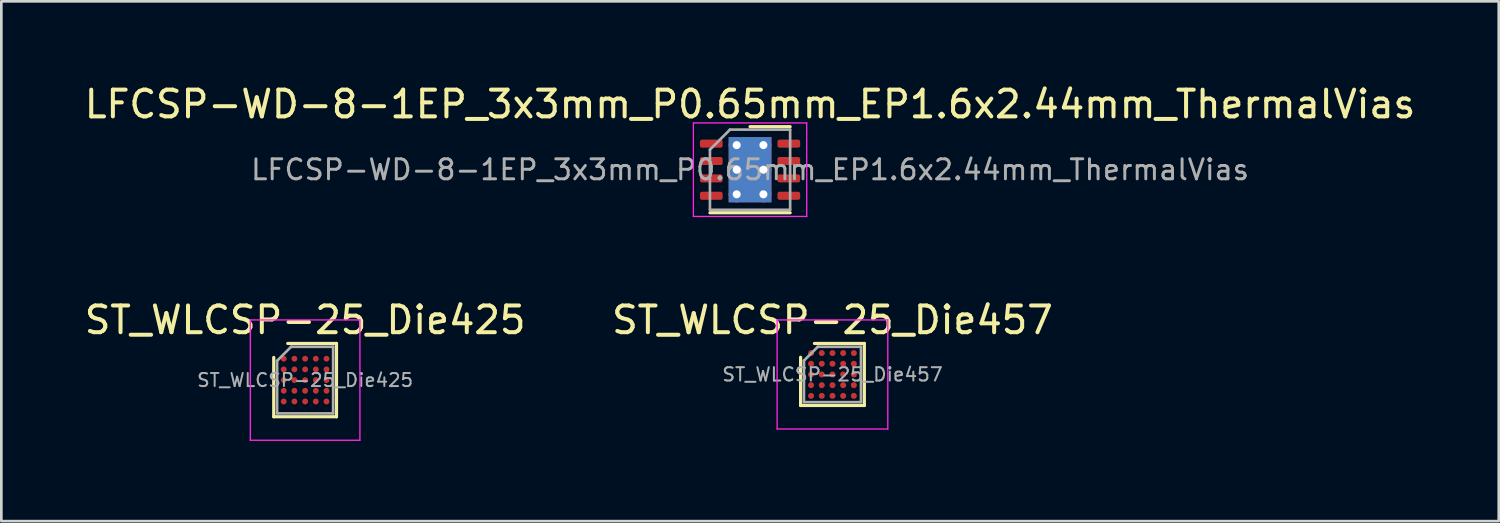
<source format=kicad_pcb>
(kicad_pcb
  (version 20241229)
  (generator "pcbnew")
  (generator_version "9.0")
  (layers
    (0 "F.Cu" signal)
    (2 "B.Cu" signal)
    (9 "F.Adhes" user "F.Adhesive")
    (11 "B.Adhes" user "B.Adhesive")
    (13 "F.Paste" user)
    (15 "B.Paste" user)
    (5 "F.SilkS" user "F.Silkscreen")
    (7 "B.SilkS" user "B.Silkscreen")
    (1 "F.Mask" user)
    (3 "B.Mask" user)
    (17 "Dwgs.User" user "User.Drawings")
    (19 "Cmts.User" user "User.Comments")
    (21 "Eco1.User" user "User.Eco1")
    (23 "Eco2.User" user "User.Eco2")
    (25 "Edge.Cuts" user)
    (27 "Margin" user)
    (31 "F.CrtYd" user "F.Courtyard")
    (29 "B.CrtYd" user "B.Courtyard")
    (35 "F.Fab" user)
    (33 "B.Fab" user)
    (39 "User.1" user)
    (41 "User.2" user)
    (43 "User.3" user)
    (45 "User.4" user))
  (footprint "ST_WLCSP-25_Die425"
    (layer "F.Cu")
    (at 8.363 11.168)
    (property "Reference" "ST_WLCSP-25_Die425" (at 0 -2.247 0) (layer "F.SilkS") (effects (font (size 1 1) (thickness 0.15))))
    (attr smd)
    (fp_line (start -1.173 1.371) (end -1.173 -0.847) (stroke (width 0.12) (type solid)) (layer "F.SilkS"))
    (fp_line (start -0.649 -1.371) (end 1.173 -1.371) (stroke (width 0.12) (type solid)) (layer "F.SilkS"))
    (fp_line (start 1.173 -1.371) (end 1.173 1.371) (stroke (width 0.12) (type solid)) (layer "F.SilkS"))
    (fp_line (start 1.173 1.371) (end -1.173 1.371) (stroke (width 0.12) (type solid)) (layer "F.SilkS"))
    (fp_line (start -2.05 -2.25) (end -2.05 2.25) (stroke (width 0.05) (type solid)) (layer "F.CrtYd"))
    (fp_line (start -2.05 2.25) (end 2.05 2.25) (stroke (width 0.05) (type solid)) (layer "F.CrtYd"))
    (fp_line (start 2.05 -2.25) (end -2.05 -2.25) (stroke (width 0.05) (type solid)) (layer "F.CrtYd"))
    (fp_line (start 2.05 2.25) (end 2.05 -2.25) (stroke (width 0.05) (type solid)) (layer "F.CrtYd"))
    (fp_line (start -1.048 -0.722) (end -0.524 -1.246) (stroke (width 0.1) (type solid)) (layer "F.Fab"))
    (fp_line (start -1.048 1.246) (end -1.048 -0.722) (stroke (width 0.1) (type solid)) (layer "F.Fab"))
    (fp_line (start -0.524 -1.246) (end 1.048 -1.246) (stroke (width 0.1) (type solid)) (layer "F.Fab"))
    (fp_line (start 1.048 -1.246) (end 1.048 1.246) (stroke (width 0.1) (type solid)) (layer "F.Fab"))
    (fp_line (start 1.048 1.246) (end -1.048 1.246) (stroke (width 0.1) (type solid)) (layer "F.Fab"))
    (fp_text user "${REFERENCE}" (at 0 0 0) (layer "F.Fab") (effects (font (size 0.49 0.49) (thickness 0.073))))
    (pad "A1" smd circle (at -0.8 -0.8) (size 0.22 0.22) (layers "F.Cu" "F.Mask" "F.Paste"))
    (pad "A2" smd circle (at -0.4 -0.8) (size 0.22 0.22) (layers "F.Cu" "F.Mask" "F.Paste"))
    (pad "A3" smd circle (at 0 -0.8) (size 0.22 0.22) (layers "F.Cu" "F.Mask" "F.Paste"))
    (pad "A4" smd circle (at 0.4 -0.8) (size 0.22 0.22) (layers "F.Cu" "F.Mask" "F.Paste"))
    (pad "A5" smd circle (at 0.8 -0.8) (size 0.22 0.22) (layers "F.Cu" "F.Mask" "F.Paste"))
    (pad "B1" smd circle (at -0.8 -0.4) (size 0.22 0.22) (layers "F.Cu" "F.Mask" "F.Paste"))
    (pad "B2" smd circle (at -0.4 -0.4) (size 0.22 0.22) (layers "F.Cu" "F.Mask" "F.Paste"))
    (pad "B3" smd circle (at 0 -0.4) (size 0.22 0.22) (layers "F.Cu" "F.Mask" "F.Paste"))
    (pad "B4" smd circle (at 0.4 -0.4) (size 0.22 0.22) (layers "F.Cu" "F.Mask" "F.Paste"))
    (pad "B5" smd circle (at 0.8 -0.4) (size 0.22 0.22) (layers "F.Cu" "F.Mask" "F.Paste"))
    (pad "C1" smd circle (at -0.8 0) (size 0.22 0.22) (layers "F.Cu" "F.Mask" "F.Paste"))
    (pad "C2" smd circle (at -0.4 0) (size 0.22 0.22) (layers "F.Cu" "F.Mask" "F.Paste"))
    (pad "C3" smd circle (at 0 0) (size 0.22 0.22) (layers "F.Cu" "F.Mask" "F.Paste"))
    (pad "C4" smd circle (at 0.4 0) (size 0.22 0.22) (layers "F.Cu" "F.Mask" "F.Paste"))
    (pad "C5" smd circle (at 0.8 0) (size 0.22 0.22) (layers "F.Cu" "F.Mask" "F.Paste"))
    (pad "D1" smd circle (at -0.8 0.4) (size 0.22 0.22) (layers "F.Cu" "F.Mask" "F.Paste"))
    (pad "D2" smd circle (at -0.4 0.4) (size 0.22 0.22) (layers "F.Cu" "F.Mask" "F.Paste"))
    (pad "D3" smd circle (at 0 0.4) (size 0.22 0.22) (layers "F.Cu" "F.Mask" "F.Paste"))
    (pad "D4" smd circle (at 0.4 0.4) (size 0.22 0.22) (layers "F.Cu" "F.Mask" "F.Paste"))
    (pad "D5" smd circle (at 0.8 0.4) (size 0.22 0.22) (layers "F.Cu" "F.Mask" "F.Paste"))
    (pad "E1" smd circle (at -0.8 0.8) (size 0.22 0.22) (layers "F.Cu" "F.Mask" "F.Paste"))
    (pad "E2" smd circle (at -0.4 0.8) (size 0.22 0.22) (layers "F.Cu" "F.Mask" "F.Paste"))
    (pad "E3" smd circle (at 0 0.8) (size 0.22 0.22) (layers "F.Cu" "F.Mask" "F.Paste"))
    (pad "E4" smd circle (at 0.4 0.8) (size 0.22 0.22) (layers "F.Cu" "F.Mask" "F.Paste"))
    (pad "E5" smd circle (at 0.8 0.8) (size 0.22 0.22) (layers "F.Cu" "F.Mask" "F.Paste")))
  (footprint "ST_WLCSP-25_Die457"
    (layer "F.Cu")
    (at 28.089 10.957)
    (property "Reference" "ST_WLCSP-25_Die457" (at 0 -2.035 0) (layer "F.SilkS") (effects (font (size 1 1) (thickness 0.15))))
    (attr smd)
    (fp_line (start -1.192 1.16) (end -1.192 -0.642) (stroke (width 0.12) (type solid)) (layer "F.SilkS"))
    (fp_line (start -0.674 -1.16) (end 1.192 -1.16) (stroke (width 0.12) (type solid)) (layer "F.SilkS"))
    (fp_line (start 1.192 -1.16) (end 1.192 1.16) (stroke (width 0.12) (type solid)) (layer "F.SilkS"))
    (fp_line (start 1.192 1.16) (end -1.192 1.16) (stroke (width 0.12) (type solid)) (layer "F.SilkS"))
    (fp_line (start -2.07 -2.04) (end -2.07 2.04) (stroke (width 0.05) (type solid)) (layer "F.CrtYd"))
    (fp_line (start -2.07 2.04) (end 2.07 2.04) (stroke (width 0.05) (type solid)) (layer "F.CrtYd"))
    (fp_line (start 2.07 -2.04) (end -2.07 -2.04) (stroke (width 0.05) (type solid)) (layer "F.CrtYd"))
    (fp_line (start 2.07 2.04) (end 2.07 -2.04) (stroke (width 0.05) (type solid)) (layer "F.CrtYd"))
    (fp_line (start -1.067 -0.517) (end -0.549 -1.035) (stroke (width 0.1) (type solid)) (layer "F.Fab"))
    (fp_line (start -1.067 1.035) (end -1.067 -0.517) (stroke (width 0.1) (type solid)) (layer "F.Fab"))
    (fp_line (start -0.549 -1.035) (end 1.067 -1.035) (stroke (width 0.1) (type solid)) (layer "F.Fab"))
    (fp_line (start 1.067 -1.035) (end 1.067 1.035) (stroke (width 0.1) (type solid)) (layer "F.Fab"))
    (fp_line (start 1.067 1.035) (end -1.067 1.035) (stroke (width 0.1) (type solid)) (layer "F.Fab"))
    (fp_text user "${REFERENCE}" (at 0 0 0) (layer "F.Fab") (effects (font (size 0.5 0.5) (thickness 0.075))))
    (pad "A1" smd circle (at -0.8 -0.8) (size 0.225 0.225) (layers "F.Cu" "F.Mask" "F.Paste"))
    (pad "A2" smd circle (at -0.4 -0.8) (size 0.225 0.225) (layers "F.Cu" "F.Mask" "F.Paste"))
    (pad "A3" smd circle (at 0 -0.8) (size 0.225 0.225) (layers "F.Cu" "F.Mask" "F.Paste"))
    (pad "A4" smd circle (at 0.4 -0.8) (size 0.225 0.225) (layers "F.Cu" "F.Mask" "F.Paste"))
    (pad "A5" smd circle (at 0.8 -0.8) (size 0.225 0.225) (layers "F.Cu" "F.Mask" "F.Paste"))
    (pad "B1" smd circle (at -0.8 -0.4) (size 0.225 0.225) (layers "F.Cu" "F.Mask" "F.Paste"))
    (pad "B2" smd circle (at -0.4 -0.4) (size 0.225 0.225) (layers "F.Cu" "F.Mask" "F.Paste"))
    (pad "B3" smd circle (at 0 -0.4) (size 0.225 0.225) (layers "F.Cu" "F.Mask" "F.Paste"))
    (pad "B4" smd circle (at 0.4 -0.4) (size 0.225 0.225) (layers "F.Cu" "F.Mask" "F.Paste"))
    (pad "B5" smd circle (at 0.8 -0.4) (size 0.225 0.225) (layers "F.Cu" "F.Mask" "F.Paste"))
    (pad "C1" smd circle (at -0.8 0) (size 0.225 0.225) (layers "F.Cu" "F.Mask" "F.Paste"))
    (pad "C2" smd circle (at -0.4 0) (size 0.225 0.225) (layers "F.Cu" "F.Mask" "F.Paste"))
    (pad "C3" smd circle (at 0 0) (size 0.225 0.225) (layers "F.Cu" "F.Mask" "F.Paste"))
    (pad "C4" smd circle (at 0.4 0) (size 0.225 0.225) (layers "F.Cu" "F.Mask" "F.Paste"))
    (pad "C5" smd circle (at 0.8 0) (size 0.225 0.225) (layers "F.Cu" "F.Mask" "F.Paste"))
    (pad "D1" smd circle (at -0.8 0.4) (size 0.225 0.225) (layers "F.Cu" "F.Mask" "F.Paste"))
    (pad "D2" smd circle (at -0.4 0.4) (size 0.225 0.225) (layers "F.Cu" "F.Mask" "F.Paste"))
    (pad "D3" smd circle (at 0 0.4) (size 0.225 0.225) (layers "F.Cu" "F.Mask" "F.Paste"))
    (pad "D4" smd circle (at 0.4 0.4) (size 0.225 0.225) (layers "F.Cu" "F.Mask" "F.Paste"))
    (pad "D5" smd circle (at 0.8 0.4) (size 0.225 0.225) (layers "F.Cu" "F.Mask" "F.Paste"))
    (pad "E1" smd circle (at -0.8 0.8) (size 0.225 0.225) (layers "F.Cu" "F.Mask" "F.Paste"))
    (pad "E2" smd circle (at -0.4 0.8) (size 0.225 0.225) (layers "F.Cu" "F.Mask" "F.Paste"))
    (pad "E3" smd circle (at 0 0.8) (size 0.225 0.225) (layers "F.Cu" "F.Mask" "F.Paste"))
    (pad "E4" smd circle (at 0.4 0.8) (size 0.225 0.225) (layers "F.Cu" "F.Mask" "F.Paste"))
    (pad "E5" smd circle (at 0.8 0.8) (size 0.225 0.225) (layers "F.Cu" "F.Mask" "F.Paste")))
  (footprint "LFCSP-WD-8-1EP_3x3mm_P0.65mm_EP1.6x2.44mm_ThermalVias"
    (layer "F.Cu")
    (at 25.006 3.298)
    (property "Reference" "LFCSP-WD-8-1EP_3x3mm_P0.65mm_EP1.6x2.44mm_ThermalVias" (at 0 -2.45 0) (layer "F.SilkS") (effects (font (size 1 1) (thickness 0.15))))
    (attr smd)
    (fp_line (start -1.5 1.61) (end 1.5 1.61) (stroke (width 0.12) (type solid)) (layer "F.SilkS"))
    (fp_line (start 0 -1.61) (end 1.5 -1.61) (stroke (width 0.12) (type solid)) (layer "F.SilkS"))
    (fp_line (start -2.12 -1.75) (end -2.12 1.75) (stroke (width 0.05) (type solid)) (layer "F.CrtYd"))
    (fp_line (start -2.12 1.75) (end 2.12 1.75) (stroke (width 0.05) (type solid)) (layer "F.CrtYd"))
    (fp_line (start 2.12 -1.75) (end -2.12 -1.75) (stroke (width 0.05) (type solid)) (layer "F.CrtYd"))
    (fp_line (start 2.12 1.75) (end 2.12 -1.75) (stroke (width 0.05) (type solid)) (layer "F.CrtYd"))
    (fp_line (start -1.5 -0.75) (end -0.75 -1.5) (stroke (width 0.1) (type solid)) (layer "F.Fab"))
    (fp_line (start -1.5 1.5) (end -1.5 -0.75) (stroke (width 0.1) (type solid)) (layer "F.Fab"))
    (fp_line (start -0.75 -1.5) (end 1.5 -1.5) (stroke (width 0.1) (type solid)) (layer "F.Fab"))
    (fp_line (start 1.5 -1.5) (end 1.5 1.5) (stroke (width 0.1) (type solid)) (layer "F.Fab"))
    (fp_line (start 1.5 1.5) (end -1.5 1.5) (stroke (width 0.1) (type solid)) (layer "F.Fab"))
    (fp_text user "${REFERENCE}" (at 0 0 0) (layer "F.Fab") (effects (font (size 0.75 0.75) (thickness 0.11))))
    (pad "" smd roundrect (at -0.4 -0.81) (size 0.64 0.66) (layers "F.Paste") (roundrect_rratio 0.25))
    (pad "" smd roundrect (at -0.4 0) (size 0.64 0.66) (layers "F.Paste") (roundrect_rratio 0.25))
    (pad "" smd roundrect (at -0.4 0.81) (size 0.64 0.66) (layers "F.Paste") (roundrect_rratio 0.25))
    (pad "" smd roundrect (at 0.4 -0.81) (size 0.64 0.66) (layers "F.Paste") (roundrect_rratio 0.25))
    (pad "" smd roundrect (at 0.4 0) (size 0.64 0.66) (layers "F.Paste") (roundrect_rratio 0.25))
    (pad "" smd roundrect (at 0.4 0.81) (size 0.64 0.66) (layers "F.Paste") (roundrect_rratio 0.25))
    (pad "1" smd roundrect (at -1.45 -0.975) (size 0.85 0.3) (layers "F.Cu" "F.Mask" "F.Paste") (roundrect_rratio 0.25))
    (pad "2" smd roundrect (at -1.45 -0.325) (size 0.85 0.3) (layers "F.Cu" "F.Mask" "F.Paste") (roundrect_rratio 0.25))
    (pad "3" smd roundrect (at -1.45 0.325) (size 0.85 0.3) (layers "F.Cu" "F.Mask" "F.Paste") (roundrect_rratio 0.25))
    (pad "4" smd roundrect (at -1.45 0.975) (size 0.85 0.3) (layers "F.Cu" "F.Mask" "F.Paste") (roundrect_rratio 0.25))
    (pad "5" smd roundrect (at 1.45 0.975) (size 0.85 0.3) (layers "F.Cu" "F.Mask" "F.Paste") (roundrect_rratio 0.25))
    (pad "6" smd roundrect (at 1.45 0.325) (size 0.85 0.3) (layers "F.Cu" "F.Mask" "F.Paste") (roundrect_rratio 0.25))
    (pad "7" smd roundrect (at 1.45 -0.325) (size 0.85 0.3) (layers "F.Cu" "F.Mask" "F.Paste") (roundrect_rratio 0.25))
    (pad "8" smd roundrect (at 1.45 -0.975) (size 0.85 0.3) (layers "F.Cu" "F.Mask" "F.Paste") (roundrect_rratio 0.25))
    (pad "9" thru_hole circle (at -0.5 -0.92) (size 0.6 0.6) (drill 0.3) (layers "*.Cu"))
    (pad "9" thru_hole circle (at -0.5 0) (size 0.6 0.6) (drill 0.3) (layers "*.Cu"))
    (pad "9" thru_hole circle (at -0.5 0.92) (size 0.6 0.6) (drill 0.3) (layers "*.Cu"))
    (pad "9" smd rect (at 0 0) (size 1.6 2.44) (layers "F.Cu" "F.Mask"))
    (pad "9" smd rect (at 0 0) (size 1.6 2.44) (layers "B.Cu"))
    (pad "9" thru_hole circle (at 0.5 -0.92) (size 0.6 0.6) (drill 0.3) (layers "*.Cu"))
    (pad "9" thru_hole circle (at 0.5 0) (size 0.6 0.6) (drill 0.3) (layers "*.Cu"))
    (pad "9" thru_hole circle (at 0.5 0.92) (size 0.6 0.6) (drill 0.3) (layers "*.Cu")))
  (gr_rect
    (start -3 -3)
    (end 53.012 16.443)
    (stroke (width 0.1) (type default))
    (fill no)
    (layer "Edge.Cuts")))
</source>
